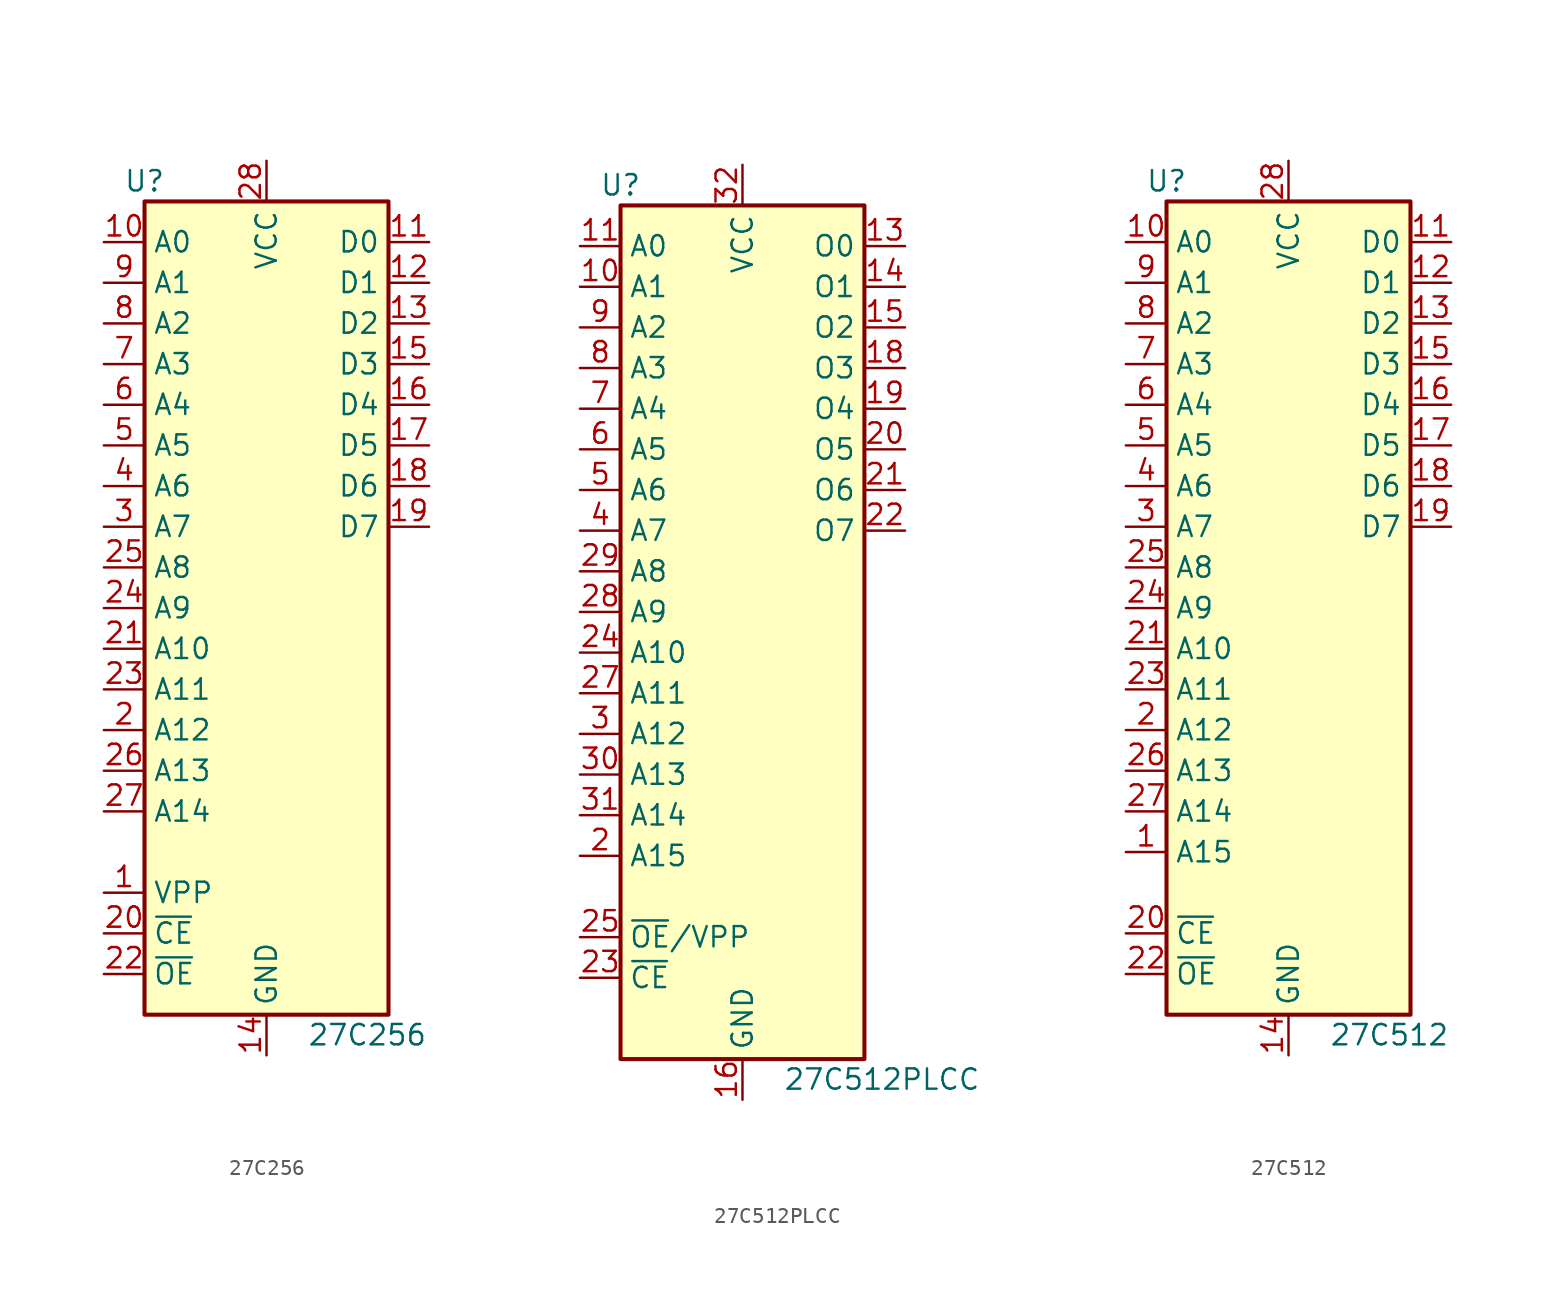
<source format=kicad_sym>
(kicad_symbol_lib
  (version 20211014)
  (generator kicad_symbol_editor)
  (symbol "27C256"
    (property "Reference" "U"
      (at -7.62 26.67 0)
      (effects (font (size 1.27 1.27))))
    (property "Value" "27C256"
      (at 2.54 -26.67 0)
      (effects (font (size 1.27 1.27)) (justify left)))
    (symbol "27C256_1_1"
      (rectangle (start -7.62 25.4) (end 7.62 -25.4) (stroke (width 0.254) (type default) (color 0 0 0 0)) (fill (type background)))
      (pin input line (at -10.16 -17.78 0) (length 2.54) (name "VPP" (effects (font (size 1.27 1.27)))) (number "1" (effects (font (size 1.27 1.27)))))
      (pin input line (at -10.16 22.86 0) (length 2.54) (name "A0" (effects (font (size 1.27 1.27)))) (number "10" (effects (font (size 1.27 1.27)))))
      (pin tri_state line (at 10.16 22.86 180) (length 2.54) (name "D0" (effects (font (size 1.27 1.27)))) (number "11" (effects (font (size 1.27 1.27)))))
      (pin tri_state line (at 10.16 20.32 180) (length 2.54) (name "D1" (effects (font (size 1.27 1.27)))) (number "12" (effects (font (size 1.27 1.27)))))
      (pin tri_state line (at 10.16 17.78 180) (length 2.54) (name "D2" (effects (font (size 1.27 1.27)))) (number "13" (effects (font (size 1.27 1.27)))))
      (pin power_in line (at 0 -27.94 90) (length 2.54) (name "GND" (effects (font (size 1.27 1.27)))) (number "14" (effects (font (size 1.27 1.27)))))
      (pin tri_state line (at 10.16 15.24 180) (length 2.54) (name "D3" (effects (font (size 1.27 1.27)))) (number "15" (effects (font (size 1.27 1.27)))))
      (pin tri_state line (at 10.16 12.7 180) (length 2.54) (name "D4" (effects (font (size 1.27 1.27)))) (number "16" (effects (font (size 1.27 1.27)))))
      (pin tri_state line (at 10.16 10.16 180) (length 2.54) (name "D5" (effects (font (size 1.27 1.27)))) (number "17" (effects (font (size 1.27 1.27)))))
      (pin tri_state line (at 10.16 7.62 180) (length 2.54) (name "D6" (effects (font (size 1.27 1.27)))) (number "18" (effects (font (size 1.27 1.27)))))
      (pin tri_state line (at 10.16 5.08 180) (length 2.54) (name "D7" (effects (font (size 1.27 1.27)))) (number "19" (effects (font (size 1.27 1.27)))))
      (pin input line (at -10.16 -7.62 0) (length 2.54) (name "A12" (effects (font (size 1.27 1.27)))) (number "2" (effects (font (size 1.27 1.27)))))
      (pin input line (at -10.16 -20.32 0) (length 2.54) (name "~{CE}" (effects (font (size 1.27 1.27)))) (number "20" (effects (font (size 1.27 1.27)))))
      (pin input line (at -10.16 -2.54 0) (length 2.54) (name "A10" (effects (font (size 1.27 1.27)))) (number "21" (effects (font (size 1.27 1.27)))))
      (pin input line (at -10.16 -22.86 0) (length 2.54) (name "~{OE}" (effects (font (size 1.27 1.27)))) (number "22" (effects (font (size 1.27 1.27)))))
      (pin input line (at -10.16 -5.08 0) (length 2.54) (name "A11" (effects (font (size 1.27 1.27)))) (number "23" (effects (font (size 1.27 1.27)))))
      (pin input line (at -10.16 0 0) (length 2.54) (name "A9" (effects (font (size 1.27 1.27)))) (number "24" (effects (font (size 1.27 1.27)))))
      (pin input line (at -10.16 2.54 0) (length 2.54) (name "A8" (effects (font (size 1.27 1.27)))) (number "25" (effects (font (size 1.27 1.27)))))
      (pin input line (at -10.16 -10.16 0) (length 2.54) (name "A13" (effects (font (size 1.27 1.27)))) (number "26" (effects (font (size 1.27 1.27)))))
      (pin input line (at -10.16 -12.7 0) (length 2.54) (name "A14" (effects (font (size 1.27 1.27)))) (number "27" (effects (font (size 1.27 1.27)))))
      (pin power_in line (at 0 27.94 270) (length 2.54) (name "VCC" (effects (font (size 1.27 1.27)))) (number "28" (effects (font (size 1.27 1.27)))))
      (pin input line (at -10.16 5.08 0) (length 2.54) (name "A7" (effects (font (size 1.27 1.27)))) (number "3" (effects (font (size 1.27 1.27)))))
      (pin input line (at -10.16 7.62 0) (length 2.54) (name "A6" (effects (font (size 1.27 1.27)))) (number "4" (effects (font (size 1.27 1.27)))))
      (pin input line (at -10.16 10.16 0) (length 2.54) (name "A5" (effects (font (size 1.27 1.27)))) (number "5" (effects (font (size 1.27 1.27)))))
      (pin input line (at -10.16 12.7 0) (length 2.54) (name "A4" (effects (font (size 1.27 1.27)))) (number "6" (effects (font (size 1.27 1.27)))))
      (pin input line (at -10.16 15.24 0) (length 2.54) (name "A3" (effects (font (size 1.27 1.27)))) (number "7" (effects (font (size 1.27 1.27)))))
      (pin input line (at -10.16 17.78 0) (length 2.54) (name "A2" (effects (font (size 1.27 1.27)))) (number "8" (effects (font (size 1.27 1.27)))))
      (pin input line (at -10.16 20.32 0) (length 2.54) (name "A1" (effects (font (size 1.27 1.27)))) (number "9" (effects (font (size 1.27 1.27)))))))
  (symbol "27C512PLCC"
    (property "Reference" "U"
      (at -7.62 26.67 0)
      (effects (font (size 1.27 1.27))))
    (property "Value" "27C512PLCC"
      (at 2.54 -29.21 0)
      (effects (font (size 1.27 1.27)) (justify left)))
    (symbol "27C512PLCC_1_1"
      (rectangle (start -7.62 25.4) (end 7.62 -27.94) (stroke (width 0.254) (type default) (color 0 0 0 0)) (fill (type background)))
      (pin no_connect line (at 7.62 -17.78 180) (length 2.54) hide (name "NC" (effects (font (size 1.27 1.27)))) (number "1" (effects (font (size 1.27 1.27)))))
      (pin input line (at -10.16 20.32 0) (length 2.54) (name "A1" (effects (font (size 1.27 1.27)))) (number "10" (effects (font (size 1.27 1.27)))))
      (pin input line (at -10.16 22.86 0) (length 2.54) (name "A0" (effects (font (size 1.27 1.27)))) (number "11" (effects (font (size 1.27 1.27)))))
      (pin no_connect line (at 7.62 -22.86 180) (length 2.54) hide (name "NC" (effects (font (size 1.27 1.27)))) (number "12" (effects (font (size 1.27 1.27)))))
      (pin tri_state line (at 10.16 22.86 180) (length 2.54) (name "O0" (effects (font (size 1.27 1.27)))) (number "13" (effects (font (size 1.27 1.27)))))
      (pin tri_state line (at 10.16 20.32 180) (length 2.54) (name "O1" (effects (font (size 1.27 1.27)))) (number "14" (effects (font (size 1.27 1.27)))))
      (pin tri_state line (at 10.16 17.78 180) (length 2.54) (name "O2" (effects (font (size 1.27 1.27)))) (number "15" (effects (font (size 1.27 1.27)))))
      (pin power_in line (at 0 -30.48 90) (length 2.54) (name "GND" (effects (font (size 1.27 1.27)))) (number "16" (effects (font (size 1.27 1.27)))))
      (pin no_connect line (at 7.62 -20.32 180) (length 2.54) hide (name "NC" (effects (font (size 1.27 1.27)))) (number "17" (effects (font (size 1.27 1.27)))))
      (pin tri_state line (at 10.16 15.24 180) (length 2.54) (name "O3" (effects (font (size 1.27 1.27)))) (number "18" (effects (font (size 1.27 1.27)))))
      (pin tri_state line (at 10.16 12.7 180) (length 2.54) (name "O4" (effects (font (size 1.27 1.27)))) (number "19" (effects (font (size 1.27 1.27)))))
      (pin input line (at -10.16 -15.24 0) (length 2.54) (name "A15" (effects (font (size 1.27 1.27)))) (number "2" (effects (font (size 1.27 1.27)))))
      (pin tri_state line (at 10.16 10.16 180) (length 2.54) (name "O5" (effects (font (size 1.27 1.27)))) (number "20" (effects (font (size 1.27 1.27)))))
      (pin tri_state line (at 10.16 7.62 180) (length 2.54) (name "O6" (effects (font (size 1.27 1.27)))) (number "21" (effects (font (size 1.27 1.27)))))
      (pin tri_state line (at 10.16 5.08 180) (length 2.54) (name "O7" (effects (font (size 1.27 1.27)))) (number "22" (effects (font (size 1.27 1.27)))))
      (pin input line (at -10.16 -22.86 0) (length 2.54) (name "~{CE}" (effects (font (size 1.27 1.27)))) (number "23" (effects (font (size 1.27 1.27)))))
      (pin input line (at -10.16 -2.54 0) (length 2.54) (name "A10" (effects (font (size 1.27 1.27)))) (number "24" (effects (font (size 1.27 1.27)))))
      (pin input line (at -10.16 -20.32 0) (length 2.54) (name "~{OE}/VPP" (effects (font (size 1.27 1.27)))) (number "25" (effects (font (size 1.27 1.27)))))
      (pin no_connect line (at 7.62 -25.4 180) (length 2.54) hide (name "NC" (effects (font (size 1.27 1.27)))) (number "26" (effects (font (size 1.27 1.27)))))
      (pin input line (at -10.16 -5.08 0) (length 2.54) (name "A11" (effects (font (size 1.27 1.27)))) (number "27" (effects (font (size 1.27 1.27)))))
      (pin input line (at -10.16 0 0) (length 2.54) (name "A9" (effects (font (size 1.27 1.27)))) (number "28" (effects (font (size 1.27 1.27)))))
      (pin input line (at -10.16 2.54 0) (length 2.54) (name "A8" (effects (font (size 1.27 1.27)))) (number "29" (effects (font (size 1.27 1.27)))))
      (pin input line (at -10.16 -7.62 0) (length 2.54) (name "A12" (effects (font (size 1.27 1.27)))) (number "3" (effects (font (size 1.27 1.27)))))
      (pin input line (at -10.16 -10.16 0) (length 2.54) (name "A13" (effects (font (size 1.27 1.27)))) (number "30" (effects (font (size 1.27 1.27)))))
      (pin input line (at -10.16 -12.7 0) (length 2.54) (name "A14" (effects (font (size 1.27 1.27)))) (number "31" (effects (font (size 1.27 1.27)))))
      (pin power_in line (at 0 27.94 270) (length 2.54) (name "VCC" (effects (font (size 1.27 1.27)))) (number "32" (effects (font (size 1.27 1.27)))))
      (pin input line (at -10.16 5.08 0) (length 2.54) (name "A7" (effects (font (size 1.27 1.27)))) (number "4" (effects (font (size 1.27 1.27)))))
      (pin input line (at -10.16 7.62 0) (length 2.54) (name "A6" (effects (font (size 1.27 1.27)))) (number "5" (effects (font (size 1.27 1.27)))))
      (pin input line (at -10.16 10.16 0) (length 2.54) (name "A5" (effects (font (size 1.27 1.27)))) (number "6" (effects (font (size 1.27 1.27)))))
      (pin input line (at -10.16 12.7 0) (length 2.54) (name "A4" (effects (font (size 1.27 1.27)))) (number "7" (effects (font (size 1.27 1.27)))))
      (pin input line (at -10.16 15.24 0) (length 2.54) (name "A3" (effects (font (size 1.27 1.27)))) (number "8" (effects (font (size 1.27 1.27)))))
      (pin input line (at -10.16 17.78 0) (length 2.54) (name "A2" (effects (font (size 1.27 1.27)))) (number "9" (effects (font (size 1.27 1.27)))))))
  (symbol "27C512"
    (property "Reference" "U"
      (at -7.62 26.67 0)
      (effects (font (size 1.27 1.27))))
    (property "Value" "27C512"
      (at 2.54 -26.67 0)
      (effects (font (size 1.27 1.27)) (justify left)))
    (symbol "27C512_1_1"
      (rectangle (start -7.62 25.4) (end 7.62 -25.4) (stroke (width 0.254) (type default) (color 0 0 0 0)) (fill (type background)))
      (pin input line (at -10.16 -15.24 0) (length 2.54) (name "A15" (effects (font (size 1.27 1.27)))) (number "1" (effects (font (size 1.27 1.27)))))
      (pin input line (at -10.16 22.86 0) (length 2.54) (name "A0" (effects (font (size 1.27 1.27)))) (number "10" (effects (font (size 1.27 1.27)))))
      (pin tri_state line (at 10.16 22.86 180) (length 2.54) (name "D0" (effects (font (size 1.27 1.27)))) (number "11" (effects (font (size 1.27 1.27)))))
      (pin tri_state line (at 10.16 20.32 180) (length 2.54) (name "D1" (effects (font (size 1.27 1.27)))) (number "12" (effects (font (size 1.27 1.27)))))
      (pin tri_state line (at 10.16 17.78 180) (length 2.54) (name "D2" (effects (font (size 1.27 1.27)))) (number "13" (effects (font (size 1.27 1.27)))))
      (pin power_in line (at 0 -27.94 90) (length 2.54) (name "GND" (effects (font (size 1.27 1.27)))) (number "14" (effects (font (size 1.27 1.27)))))
      (pin tri_state line (at 10.16 15.24 180) (length 2.54) (name "D3" (effects (font (size 1.27 1.27)))) (number "15" (effects (font (size 1.27 1.27)))))
      (pin tri_state line (at 10.16 12.7 180) (length 2.54) (name "D4" (effects (font (size 1.27 1.27)))) (number "16" (effects (font (size 1.27 1.27)))))
      (pin tri_state line (at 10.16 10.16 180) (length 2.54) (name "D5" (effects (font (size 1.27 1.27)))) (number "17" (effects (font (size 1.27 1.27)))))
      (pin tri_state line (at 10.16 7.62 180) (length 2.54) (name "D6" (effects (font (size 1.27 1.27)))) (number "18" (effects (font (size 1.27 1.27)))))
      (pin tri_state line (at 10.16 5.08 180) (length 2.54) (name "D7" (effects (font (size 1.27 1.27)))) (number "19" (effects (font (size 1.27 1.27)))))
      (pin input line (at -10.16 -7.62 0) (length 2.54) (name "A12" (effects (font (size 1.27 1.27)))) (number "2" (effects (font (size 1.27 1.27)))))
      (pin input line (at -10.16 -20.32 0) (length 2.54) (name "~{CE}" (effects (font (size 1.27 1.27)))) (number "20" (effects (font (size 1.27 1.27)))))
      (pin input line (at -10.16 -2.54 0) (length 2.54) (name "A10" (effects (font (size 1.27 1.27)))) (number "21" (effects (font (size 1.27 1.27)))))
      (pin input line (at -10.16 -22.86 0) (length 2.54) (name "~{OE}" (effects (font (size 1.27 1.27)))) (number "22" (effects (font (size 1.27 1.27)))))
      (pin input line (at -10.16 -5.08 0) (length 2.54) (name "A11" (effects (font (size 1.27 1.27)))) (number "23" (effects (font (size 1.27 1.27)))))
      (pin input line (at -10.16 0 0) (length 2.54) (name "A9" (effects (font (size 1.27 1.27)))) (number "24" (effects (font (size 1.27 1.27)))))
      (pin input line (at -10.16 2.54 0) (length 2.54) (name "A8" (effects (font (size 1.27 1.27)))) (number "25" (effects (font (size 1.27 1.27)))))
      (pin input line (at -10.16 -10.16 0) (length 2.54) (name "A13" (effects (font (size 1.27 1.27)))) (number "26" (effects (font (size 1.27 1.27)))))
      (pin input line (at -10.16 -12.7 0) (length 2.54) (name "A14" (effects (font (size 1.27 1.27)))) (number "27" (effects (font (size 1.27 1.27)))))
      (pin power_in line (at 0 27.94 270) (length 2.54) (name "VCC" (effects (font (size 1.27 1.27)))) (number "28" (effects (font (size 1.27 1.27)))))
      (pin input line (at -10.16 5.08 0) (length 2.54) (name "A7" (effects (font (size 1.27 1.27)))) (number "3" (effects (font (size 1.27 1.27)))))
      (pin input line (at -10.16 7.62 0) (length 2.54) (name "A6" (effects (font (size 1.27 1.27)))) (number "4" (effects (font (size 1.27 1.27)))))
      (pin input line (at -10.16 10.16 0) (length 2.54) (name "A5" (effects (font (size 1.27 1.27)))) (number "5" (effects (font (size 1.27 1.27)))))
      (pin input line (at -10.16 12.7 0) (length 2.54) (name "A4" (effects (font (size 1.27 1.27)))) (number "6" (effects (font (size 1.27 1.27)))))
      (pin input line (at -10.16 15.24 0) (length 2.54) (name "A3" (effects (font (size 1.27 1.27)))) (number "7" (effects (font (size 1.27 1.27)))))
      (pin input line (at -10.16 17.78 0) (length 2.54) (name "A2" (effects (font (size 1.27 1.27)))) (number "8" (effects (font (size 1.27 1.27)))))
      (pin input line (at -10.16 20.32 0) (length 2.54) (name "A1" (effects (font (size 1.27 1.27)))) (number "9" (effects (font (size 1.27 1.27))))))))
</source>
